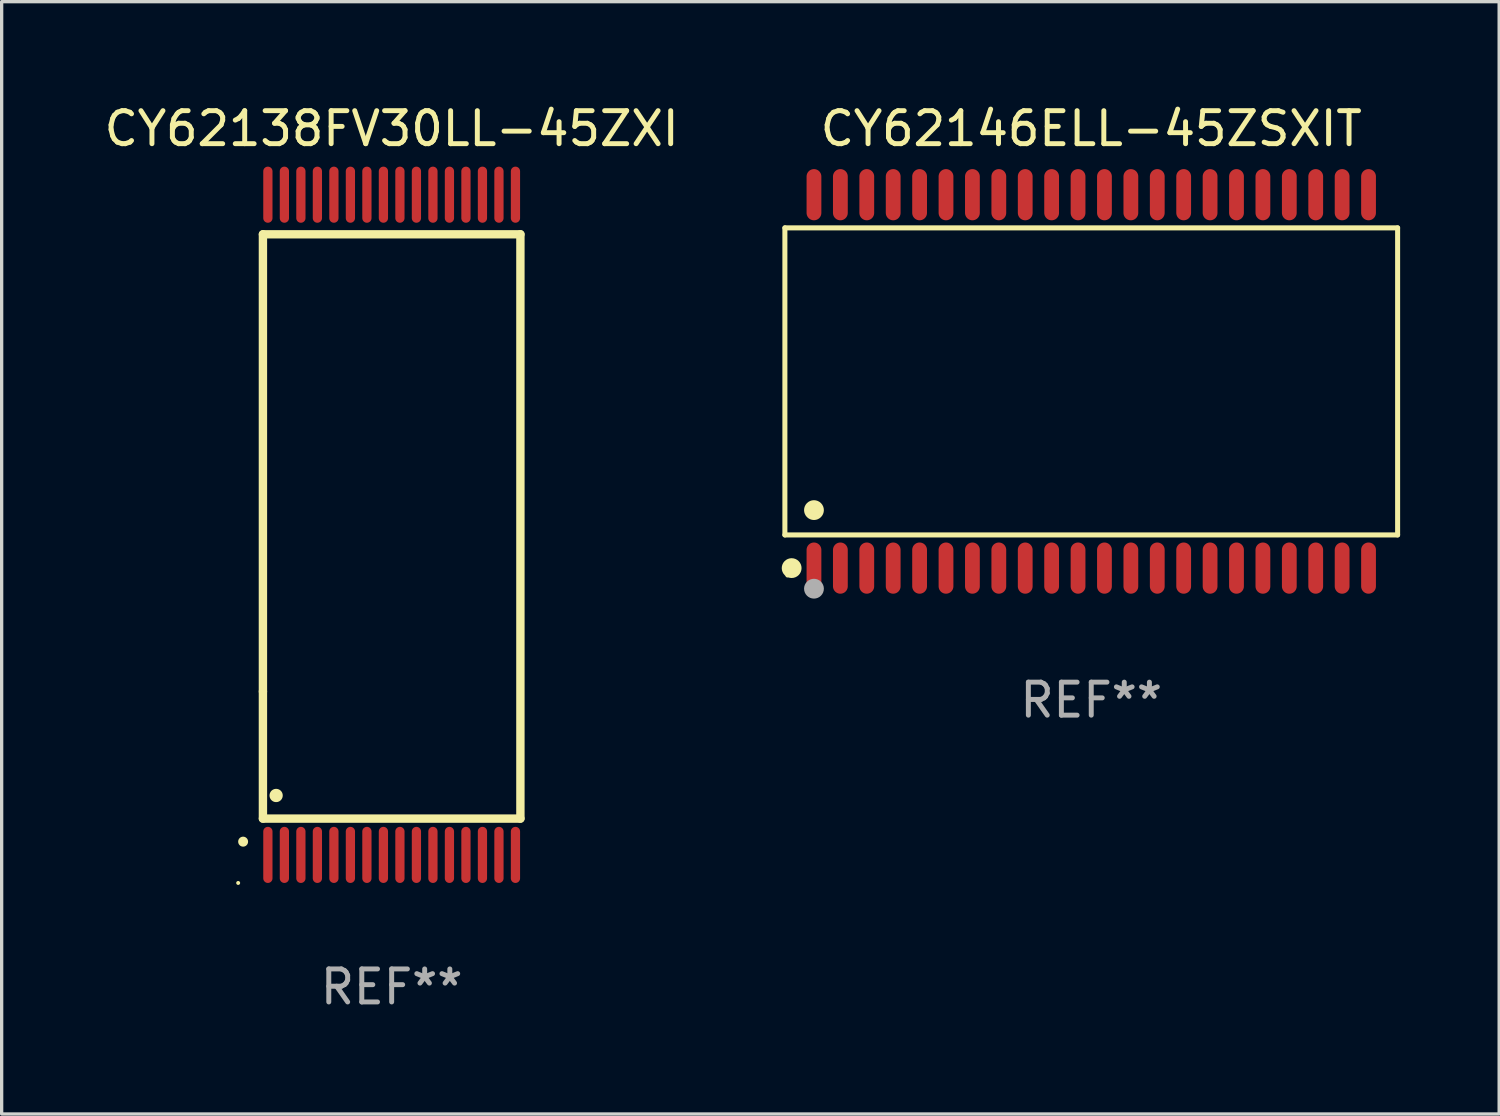
<source format=kicad_pcb>
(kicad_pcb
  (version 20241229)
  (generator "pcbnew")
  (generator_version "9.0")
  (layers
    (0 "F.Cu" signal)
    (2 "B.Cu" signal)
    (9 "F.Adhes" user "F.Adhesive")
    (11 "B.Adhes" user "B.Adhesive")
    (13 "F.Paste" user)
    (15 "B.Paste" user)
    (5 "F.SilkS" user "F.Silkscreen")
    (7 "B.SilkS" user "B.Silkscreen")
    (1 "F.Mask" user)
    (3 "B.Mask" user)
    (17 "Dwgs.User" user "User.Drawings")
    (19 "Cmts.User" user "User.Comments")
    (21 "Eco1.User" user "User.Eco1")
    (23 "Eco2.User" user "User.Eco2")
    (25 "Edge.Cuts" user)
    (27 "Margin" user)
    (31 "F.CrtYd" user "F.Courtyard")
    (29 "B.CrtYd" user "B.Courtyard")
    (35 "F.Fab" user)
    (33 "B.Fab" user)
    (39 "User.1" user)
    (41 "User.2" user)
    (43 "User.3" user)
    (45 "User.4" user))
  (footprint "CY62146ELL-45ZSXIT"
    (layer "F.Cu")
    (at 30.008 8.504)
    (property "Reference" "CY62146ELL-45ZSXIT" (at 0 -7.656 0) (layer "F.SilkS") (effects (font (size 1 1) (thickness 0.15))))
    (attr through_hole)
    (fp_line (start -9.281 -4.651) (end 9.281 -4.651) (stroke (width 0.152) (type solid)) (layer "F.SilkS"))
    (fp_line (start -9.281 4.651) (end -9.281 -4.651) (stroke (width 0.152) (type solid)) (layer "F.SilkS"))
    (fp_line (start 9.281 -4.651) (end 9.281 4.651) (stroke (width 0.152) (type solid)) (layer "F.SilkS"))
    (fp_line (start 9.281 4.651) (end -9.281 4.651) (stroke (width 0.152) (type solid)) (layer "F.SilkS"))
    (fp_circle (center -9.205 5.88) (end -9.175 5.88) (stroke (width 0.06) (type solid)) (fill no) (layer "F.SilkS"))
    (fp_circle (center -9.076 5.656) (end -8.926 5.656) (stroke (width 0.3) (type solid)) (fill no) (layer "F.SilkS"))
    (fp_circle (center -8.4 3.899) (end -8.25 3.899) (stroke (width 0.3) (type solid)) (fill no) (layer "F.SilkS"))
    (fp_circle (center -8.4 6.28) (end -8.25 6.28) (stroke (width 0.3) (type solid)) (fill no) (layer "F.Fab"))
    (fp_text user "REF**" (at 0 9.656 0) (layer "F.Fab") (effects (font (size 1 1) (thickness 0.15))))
    (pad "1" smd oval (at -8.4 5.656) (size 0.448 1.551) (layers "F.Cu" "F.Mask" "F.Paste"))
    (pad "2" smd oval (at -7.6 5.656) (size 0.448 1.551) (layers "F.Cu" "F.Mask" "F.Paste"))
    (pad "3" smd oval (at -6.8 5.656) (size 0.448 1.551) (layers "F.Cu" "F.Mask" "F.Paste"))
    (pad "4" smd oval (at -6 5.656) (size 0.448 1.551) (layers "F.Cu" "F.Mask" "F.Paste"))
    (pad "5" smd oval (at -5.2 5.656) (size 0.448 1.551) (layers "F.Cu" "F.Mask" "F.Paste"))
    (pad "6" smd oval (at -4.4 5.656) (size 0.448 1.551) (layers "F.Cu" "F.Mask" "F.Paste"))
    (pad "7" smd oval (at -3.6 5.656) (size 0.448 1.551) (layers "F.Cu" "F.Mask" "F.Paste"))
    (pad "8" smd oval (at -2.8 5.656) (size 0.448 1.551) (layers "F.Cu" "F.Mask" "F.Paste"))
    (pad "9" smd oval (at -2 5.656) (size 0.448 1.551) (layers "F.Cu" "F.Mask" "F.Paste"))
    (pad "10" smd oval (at -1.2 5.656) (size 0.448 1.551) (layers "F.Cu" "F.Mask" "F.Paste"))
    (pad "11" smd oval (at -0.4 5.656) (size 0.448 1.551) (layers "F.Cu" "F.Mask" "F.Paste"))
    (pad "12" smd oval (at 0.4 5.656) (size 0.448 1.551) (layers "F.Cu" "F.Mask" "F.Paste"))
    (pad "13" smd oval (at 1.2 5.656) (size 0.448 1.551) (layers "F.Cu" "F.Mask" "F.Paste"))
    (pad "14" smd oval (at 2 5.656) (size 0.448 1.551) (layers "F.Cu" "F.Mask" "F.Paste"))
    (pad "15" smd oval (at 2.8 5.656) (size 0.448 1.551) (layers "F.Cu" "F.Mask" "F.Paste"))
    (pad "16" smd oval (at 3.6 5.656) (size 0.448 1.551) (layers "F.Cu" "F.Mask" "F.Paste"))
    (pad "17" smd oval (at 4.4 5.656) (size 0.448 1.551) (layers "F.Cu" "F.Mask" "F.Paste"))
    (pad "18" smd oval (at 5.2 5.656) (size 0.448 1.551) (layers "F.Cu" "F.Mask" "F.Paste"))
    (pad "19" smd oval (at 6 5.656) (size 0.448 1.551) (layers "F.Cu" "F.Mask" "F.Paste"))
    (pad "20" smd oval (at 6.8 5.656) (size 0.448 1.551) (layers "F.Cu" "F.Mask" "F.Paste"))
    (pad "21" smd oval (at 7.6 5.656) (size 0.448 1.551) (layers "F.Cu" "F.Mask" "F.Paste"))
    (pad "22" smd oval (at 8.4 5.656) (size 0.448 1.551) (layers "F.Cu" "F.Mask" "F.Paste"))
    (pad "23" smd oval (at 8.4 -5.656) (size 0.448 1.551) (layers "F.Cu" "F.Mask" "F.Paste"))
    (pad "24" smd oval (at 7.6 -5.656) (size 0.448 1.551) (layers "F.Cu" "F.Mask" "F.Paste"))
    (pad "25" smd oval (at 6.8 -5.656) (size 0.448 1.551) (layers "F.Cu" "F.Mask" "F.Paste"))
    (pad "26" smd oval (at 6 -5.656) (size 0.448 1.551) (layers "F.Cu" "F.Mask" "F.Paste"))
    (pad "27" smd oval (at 5.2 -5.656) (size 0.448 1.551) (layers "F.Cu" "F.Mask" "F.Paste"))
    (pad "28" smd oval (at 4.4 -5.656) (size 0.448 1.551) (layers "F.Cu" "F.Mask" "F.Paste"))
    (pad "29" smd oval (at 3.6 -5.656) (size 0.448 1.551) (layers "F.Cu" "F.Mask" "F.Paste"))
    (pad "30" smd oval (at 2.8 -5.656) (size 0.448 1.551) (layers "F.Cu" "F.Mask" "F.Paste"))
    (pad "31" smd oval (at 2 -5.656) (size 0.448 1.551) (layers "F.Cu" "F.Mask" "F.Paste"))
    (pad "32" smd oval (at 1.2 -5.656) (size 0.448 1.551) (layers "F.Cu" "F.Mask" "F.Paste"))
    (pad "33" smd oval (at 0.4 -5.656) (size 0.448 1.551) (layers "F.Cu" "F.Mask" "F.Paste"))
    (pad "34" smd oval (at -0.4 -5.656) (size 0.448 1.551) (layers "F.Cu" "F.Mask" "F.Paste"))
    (pad "35" smd oval (at -1.2 -5.656) (size 0.448 1.551) (layers "F.Cu" "F.Mask" "F.Paste"))
    (pad "36" smd oval (at -2 -5.656) (size 0.448 1.551) (layers "F.Cu" "F.Mask" "F.Paste"))
    (pad "37" smd oval (at -2.8 -5.656) (size 0.448 1.551) (layers "F.Cu" "F.Mask" "F.Paste"))
    (pad "38" smd oval (at -3.6 -5.656) (size 0.448 1.551) (layers "F.Cu" "F.Mask" "F.Paste"))
    (pad "39" smd oval (at -4.4 -5.656) (size 0.448 1.551) (layers "F.Cu" "F.Mask" "F.Paste"))
    (pad "40" smd oval (at -5.2 -5.656) (size 0.448 1.551) (layers "F.Cu" "F.Mask" "F.Paste"))
    (pad "41" smd oval (at -6 -5.656) (size 0.448 1.551) (layers "F.Cu" "F.Mask" "F.Paste"))
    (pad "42" smd oval (at -6.8 -5.656) (size 0.448 1.551) (layers "F.Cu" "F.Mask" "F.Paste"))
    (pad "43" smd oval (at -7.6 -5.656) (size 0.448 1.551) (layers "F.Cu" "F.Mask" "F.Paste"))
    (pad "44" smd oval (at -8.4 -5.656) (size 0.448 1.551) (layers "F.Cu" "F.Mask" "F.Paste")))
  (footprint "CY62138FV30LL-45ZXI"
    (layer "F.Cu")
    (at 8.815 12.848)
    (property "Reference" "CY62138FV30LL-45ZXI" (at 0 -12 0) (layer "F.SilkS") (effects (font (size 1 1) (thickness 0.15))))
    (attr through_hole)
    (fp_line (start -3.9 -8.8) (end 3.9 -8.8) (stroke (width 0.254) (type solid)) (layer "F.SilkS"))
    (fp_line (start -3.9 5.05) (end -3.9 -8.8) (stroke (width 0.254) (type solid)) (layer "F.SilkS"))
    (fp_line (start -3.9 8.9) (end -3.9 5.05) (stroke (width 0.254) (type solid)) (layer "F.SilkS"))
    (fp_line (start 3.9 -8.8) (end 3.9 8.9) (stroke (width 0.254) (type solid)) (layer "F.SilkS"))
    (fp_line (start 3.9 8.9) (end -3.9 8.9) (stroke (width 0.254) (type solid)) (layer "F.SilkS"))
    (fp_arc (start -4.499949 9.600051) (mid -4.499956 9.598781) (end -4.499949 9.597511) (stroke (width 0.3) (type solid)) (layer "F.SilkS"))
    (fp_arc (start -3.499949 8.201321) (mid -3.499953 8.200051) (end -3.499949 8.198781) (stroke (width 0.4) (type solid)) (layer "F.SilkS"))
    (fp_circle (center -4.65 10.85) (end -4.62 10.85) (stroke (width 0.06) (type solid)) (fill no) (layer "F.SilkS"))
    (fp_text user "REF**" (at 0 14 0) (layer "F.Fab") (effects (font (size 1 1) (thickness 0.15))))
    (pad "1" smd oval (at -3.75 10 180) (size 0.28 1.7) (layers "F.Cu" "F.Mask" "F.Paste"))
    (pad "2" smd oval (at -3.25 10 180) (size 0.28 1.7) (layers "F.Cu" "F.Mask" "F.Paste"))
    (pad "3" smd oval (at -2.75 10 180) (size 0.28 1.7) (layers "F.Cu" "F.Mask" "F.Paste"))
    (pad "4" smd oval (at -2.25 10 180) (size 0.28 1.7) (layers "F.Cu" "F.Mask" "F.Paste"))
    (pad "5" smd oval (at -1.75 10 180) (size 0.28 1.7) (layers "F.Cu" "F.Mask" "F.Paste"))
    (pad "6" smd oval (at -1.25 10 180) (size 0.28 1.7) (layers "F.Cu" "F.Mask" "F.Paste"))
    (pad "7" smd oval (at -0.75 10 180) (size 0.28 1.7) (layers "F.Cu" "F.Mask" "F.Paste"))
    (pad "8" smd oval (at -0.25 10 180) (size 0.28 1.7) (layers "F.Cu" "F.Mask" "F.Paste"))
    (pad "9" smd oval (at 0.25 10 180) (size 0.28 1.7) (layers "F.Cu" "F.Mask" "F.Paste"))
    (pad "10" smd oval (at 0.75 10 180) (size 0.28 1.7) (layers "F.Cu" "F.Mask" "F.Paste"))
    (pad "11" smd oval (at 1.25 10 180) (size 0.28 1.7) (layers "F.Cu" "F.Mask" "F.Paste"))
    (pad "12" smd oval (at 1.75 10 180) (size 0.28 1.7) (layers "F.Cu" "F.Mask" "F.Paste"))
    (pad "13" smd oval (at 2.25 10 180) (size 0.28 1.7) (layers "F.Cu" "F.Mask" "F.Paste"))
    (pad "14" smd oval (at 2.75 10 180) (size 0.28 1.7) (layers "F.Cu" "F.Mask" "F.Paste"))
    (pad "15" smd oval (at 3.25 10 180) (size 0.28 1.7) (layers "F.Cu" "F.Mask" "F.Paste"))
    (pad "16" smd oval (at 3.75 10 180) (size 0.28 1.7) (layers "F.Cu" "F.Mask" "F.Paste"))
    (pad "17" smd oval (at 3.75 -10 180) (size 0.28 1.7) (layers "F.Cu" "F.Mask" "F.Paste"))
    (pad "18" smd oval (at 3.25 -10 180) (size 0.28 1.7) (layers "F.Cu" "F.Mask" "F.Paste"))
    (pad "19" smd oval (at 2.75 -10 180) (size 0.28 1.7) (layers "F.Cu" "F.Mask" "F.Paste"))
    (pad "20" smd oval (at 2.25 -10 180) (size 0.28 1.7) (layers "F.Cu" "F.Mask" "F.Paste"))
    (pad "21" smd oval (at 1.75 -10 180) (size 0.28 1.7) (layers "F.Cu" "F.Mask" "F.Paste"))
    (pad "22" smd oval (at 1.25 -10 180) (size 0.28 1.7) (layers "F.Cu" "F.Mask" "F.Paste"))
    (pad "23" smd oval (at 0.75 -10 180) (size 0.28 1.7) (layers "F.Cu" "F.Mask" "F.Paste"))
    (pad "24" smd oval (at 0.25 -10 180) (size 0.28 1.7) (layers "F.Cu" "F.Mask" "F.Paste"))
    (pad "25" smd oval (at -0.25 -10 180) (size 0.28 1.7) (layers "F.Cu" "F.Mask" "F.Paste"))
    (pad "26" smd oval (at -0.75 -10 180) (size 0.28 1.7) (layers "F.Cu" "F.Mask" "F.Paste"))
    (pad "27" smd oval (at -1.25 -10 180) (size 0.28 1.7) (layers "F.Cu" "F.Mask" "F.Paste"))
    (pad "28" smd oval (at -1.75 -10 180) (size 0.28 1.7) (layers "F.Cu" "F.Mask" "F.Paste"))
    (pad "29" smd oval (at -2.25 -10 180) (size 0.28 1.7) (layers "F.Cu" "F.Mask" "F.Paste"))
    (pad "30" smd oval (at -2.75 -10 180) (size 0.28 1.7) (layers "F.Cu" "F.Mask" "F.Paste"))
    (pad "31" smd oval (at -3.25 -10 180) (size 0.28 1.7) (layers "F.Cu" "F.Mask" "F.Paste"))
    (pad "32" smd oval (at -3.75 -10 180) (size 0.28 1.7) (layers "F.Cu" "F.Mask" "F.Paste")))
  (gr_rect
    (start -3 -3)
    (end 42.365 30.697)
    (stroke (width 0.1) (type default))
    (fill no)
    (layer "Edge.Cuts")))
</source>
